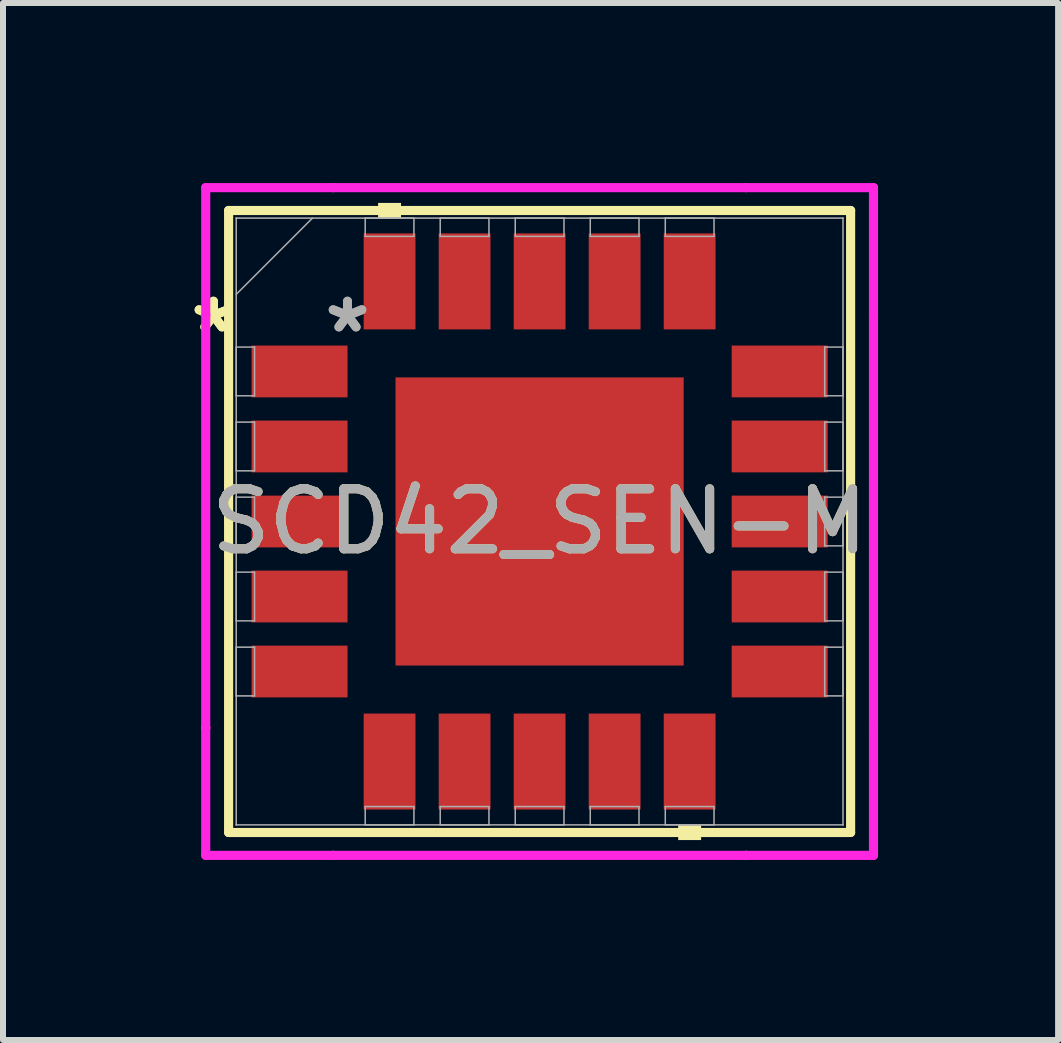
<source format=kicad_pcb>
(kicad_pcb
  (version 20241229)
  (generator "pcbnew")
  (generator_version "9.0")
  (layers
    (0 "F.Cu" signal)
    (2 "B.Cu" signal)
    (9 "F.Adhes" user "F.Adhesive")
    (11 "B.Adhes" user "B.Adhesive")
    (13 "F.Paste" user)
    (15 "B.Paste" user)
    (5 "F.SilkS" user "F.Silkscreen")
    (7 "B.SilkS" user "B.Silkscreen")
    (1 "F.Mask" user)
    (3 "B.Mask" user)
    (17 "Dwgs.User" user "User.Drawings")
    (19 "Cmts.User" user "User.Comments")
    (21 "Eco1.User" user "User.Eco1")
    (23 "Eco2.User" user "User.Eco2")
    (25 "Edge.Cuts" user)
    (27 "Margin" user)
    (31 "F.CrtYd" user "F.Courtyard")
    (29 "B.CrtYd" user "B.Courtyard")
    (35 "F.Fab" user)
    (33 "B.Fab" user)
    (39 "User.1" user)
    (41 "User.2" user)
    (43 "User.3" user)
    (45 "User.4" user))
  (footprint "SCD42_SEN-M"
    (layer "F.Cu")
    (at 5.941 5.639)
    (property "Reference" "SCD42_SEN-M" (at 0 0 0) (unlocked yes) (layer "F.SilkS") (effects (font (size 1 1) (thickness 0.15))))
    (attr smd)
    (fp_line (start -5.182 -5.182) (end -5.182 5.182) (stroke (width 0.152) (type solid)) (layer "F.SilkS"))
    (fp_line (start -5.182 5.182) (end 5.182 5.182) (stroke (width 0.152) (type solid)) (layer "F.SilkS"))
    (fp_line (start 5.182 -5.182) (end -5.182 -5.182) (stroke (width 0.152) (type solid)) (layer "F.SilkS"))
    (fp_line (start 5.182 5.182) (end 5.182 -5.182) (stroke (width 0.152) (type solid)) (layer "F.SilkS"))
    (fp_poly (pts (xy -2.691 -5.054) (xy -2.691 -5.308) (xy -2.309 -5.308) (xy -2.309 -5.054)) (stroke (width 0) (type solid)) (fill yes) (layer "F.SilkS"))
    (fp_poly (pts (xy 2.309 5.054) (xy 2.309 5.308) (xy 2.691 5.308) (xy 2.691 5.054)) (stroke (width 0) (type solid)) (fill yes) (layer "F.SilkS"))
    (fp_poly (pts (xy -2.3 -2.3) (xy -2.3 -0.9) (xy -0.9 -0.9) (xy -0.9 -2.3)) (stroke (width 0) (type solid)) (fill yes) (layer "F.Paste"))
    (fp_poly (pts (xy -2.3 -0.7) (xy -2.3 0.7) (xy -0.9 0.7) (xy -0.9 -0.7)) (stroke (width 0) (type solid)) (fill yes) (layer "F.Paste"))
    (fp_poly (pts (xy -2.3 0.9) (xy -2.3 2.3) (xy -0.9 2.3) (xy -0.9 0.9)) (stroke (width 0) (type solid)) (fill yes) (layer "F.Paste"))
    (fp_poly (pts (xy -0.7 -2.3) (xy -0.7 -0.9) (xy 0.7 -0.9) (xy 0.7 -2.3)) (stroke (width 0) (type solid)) (fill yes) (layer "F.Paste"))
    (fp_poly (pts (xy -0.7 -0.7) (xy -0.7 0.7) (xy 0.7 0.7) (xy 0.7 -0.7)) (stroke (width 0) (type solid)) (fill yes) (layer "F.Paste"))
    (fp_poly (pts (xy -0.7 0.9) (xy -0.7 2.3) (xy 0.7 2.3) (xy 0.7 0.9)) (stroke (width 0) (type solid)) (fill yes) (layer "F.Paste"))
    (fp_poly (pts (xy 0.9 -2.3) (xy 0.9 -0.9) (xy 2.3 -0.9) (xy 2.3 -2.3)) (stroke (width 0) (type solid)) (fill yes) (layer "F.Paste"))
    (fp_poly (pts (xy 0.9 -0.7) (xy 0.9 0.7) (xy 2.3 0.7) (xy 2.3 -0.7)) (stroke (width 0) (type solid)) (fill yes) (layer "F.Paste"))
    (fp_poly (pts (xy 0.9 0.9) (xy 0.9 2.3) (xy 2.3 2.3) (xy 2.3 0.9)) (stroke (width 0) (type solid)) (fill yes) (layer "F.Paste"))
    (fp_line (start -5.563 -5.563) (end -3.439 -5.563) (stroke (width 0.152) (type solid)) (layer "F.CrtYd"))
    (fp_line (start -5.563 -3.439) (end -5.563 -5.563) (stroke (width 0.152) (type solid)) (layer "F.CrtYd"))
    (fp_line (start -5.563 -3.439) (end -5.563 -3.439) (stroke (width 0.152) (type solid)) (layer "F.CrtYd"))
    (fp_line (start -5.563 3.439) (end -5.563 -3.439) (stroke (width 0.152) (type solid)) (layer "F.CrtYd"))
    (fp_line (start -5.563 3.439) (end -5.563 3.439) (stroke (width 0.152) (type solid)) (layer "F.CrtYd"))
    (fp_line (start -5.563 5.563) (end -5.563 3.439) (stroke (width 0.152) (type solid)) (layer "F.CrtYd"))
    (fp_line (start -3.439 -5.563) (end -3.439 -5.563) (stroke (width 0.152) (type solid)) (layer "F.CrtYd"))
    (fp_line (start -3.439 -5.563) (end 3.439 -5.563) (stroke (width 0.152) (type solid)) (layer "F.CrtYd"))
    (fp_line (start -3.439 5.563) (end -5.563 5.563) (stroke (width 0.152) (type solid)) (layer "F.CrtYd"))
    (fp_line (start -3.439 5.563) (end -3.439 5.563) (stroke (width 0.152) (type solid)) (layer "F.CrtYd"))
    (fp_line (start 3.439 -5.563) (end 3.439 -5.563) (stroke (width 0.152) (type solid)) (layer "F.CrtYd"))
    (fp_line (start 3.439 -5.563) (end 5.563 -5.563) (stroke (width 0.152) (type solid)) (layer "F.CrtYd"))
    (fp_line (start 3.439 5.563) (end -3.439 5.563) (stroke (width 0.152) (type solid)) (layer "F.CrtYd"))
    (fp_line (start 3.439 5.563) (end 3.439 5.563) (stroke (width 0.152) (type solid)) (layer "F.CrtYd"))
    (fp_line (start 5.563 -5.563) (end 5.563 -3.439) (stroke (width 0.152) (type solid)) (layer "F.CrtYd"))
    (fp_line (start 5.563 -3.439) (end 5.563 -3.439) (stroke (width 0.152) (type solid)) (layer "F.CrtYd"))
    (fp_line (start 5.563 -3.439) (end 5.563 3.439) (stroke (width 0.152) (type solid)) (layer "F.CrtYd"))
    (fp_line (start 5.563 3.439) (end 5.563 3.439) (stroke (width 0.152) (type solid)) (layer "F.CrtYd"))
    (fp_line (start 5.563 3.439) (end 5.563 5.563) (stroke (width 0.152) (type solid)) (layer "F.CrtYd"))
    (fp_line (start 5.563 5.563) (end 3.439 5.563) (stroke (width 0.152) (type solid)) (layer "F.CrtYd"))
    (fp_line (start -5.055 -5.055) (end -5.055 -5.055) (stroke (width 0.025) (type solid)) (layer "F.Fab"))
    (fp_line (start -5.055 -5.055) (end -5.055 5.055) (stroke (width 0.025) (type solid)) (layer "F.Fab"))
    (fp_line (start -5.055 -3.785) (end -3.785 -5.055) (stroke (width 0.025) (type solid)) (layer "F.Fab"))
    (fp_line (start -5.055 -2.906) (end -4.75 -2.906) (stroke (width 0.025) (type solid)) (layer "F.Fab"))
    (fp_line (start -5.055 -2.094) (end -5.055 -2.906) (stroke (width 0.025) (type solid)) (layer "F.Fab"))
    (fp_line (start -5.055 -1.656) (end -4.75 -1.656) (stroke (width 0.025) (type solid)) (layer "F.Fab"))
    (fp_line (start -5.055 -0.844) (end -5.055 -1.656) (stroke (width 0.025) (type solid)) (layer "F.Fab"))
    (fp_line (start -5.055 -0.406) (end -4.75 -0.406) (stroke (width 0.025) (type solid)) (layer "F.Fab"))
    (fp_line (start -5.055 0.406) (end -5.055 -0.406) (stroke (width 0.025) (type solid)) (layer "F.Fab"))
    (fp_line (start -5.055 0.844) (end -4.75 0.844) (stroke (width 0.025) (type solid)) (layer "F.Fab"))
    (fp_line (start -5.055 1.656) (end -5.055 0.844) (stroke (width 0.025) (type solid)) (layer "F.Fab"))
    (fp_line (start -5.055 2.094) (end -4.75 2.094) (stroke (width 0.025) (type solid)) (layer "F.Fab"))
    (fp_line (start -5.055 2.906) (end -5.055 2.094) (stroke (width 0.025) (type solid)) (layer "F.Fab"))
    (fp_line (start -5.055 5.055) (end -5.055 5.055) (stroke (width 0.025) (type solid)) (layer "F.Fab"))
    (fp_line (start -5.055 5.055) (end 5.055 5.055) (stroke (width 0.025) (type solid)) (layer "F.Fab"))
    (fp_line (start -4.75 -2.906) (end -4.75 -2.094) (stroke (width 0.025) (type solid)) (layer "F.Fab"))
    (fp_line (start -4.75 -2.094) (end -5.055 -2.094) (stroke (width 0.025) (type solid)) (layer "F.Fab"))
    (fp_line (start -4.75 -1.656) (end -4.75 -0.844) (stroke (width 0.025) (type solid)) (layer "F.Fab"))
    (fp_line (start -4.75 -0.844) (end -5.055 -0.844) (stroke (width 0.025) (type solid)) (layer "F.Fab"))
    (fp_line (start -4.75 -0.406) (end -4.75 0.406) (stroke (width 0.025) (type solid)) (layer "F.Fab"))
    (fp_line (start -4.75 0.406) (end -5.055 0.406) (stroke (width 0.025) (type solid)) (layer "F.Fab"))
    (fp_line (start -4.75 0.844) (end -4.75 1.656) (stroke (width 0.025) (type solid)) (layer "F.Fab"))
    (fp_line (start -4.75 1.656) (end -5.055 1.656) (stroke (width 0.025) (type solid)) (layer "F.Fab"))
    (fp_line (start -4.75 2.094) (end -4.75 2.906) (stroke (width 0.025) (type solid)) (layer "F.Fab"))
    (fp_line (start -4.75 2.906) (end -5.055 2.906) (stroke (width 0.025) (type solid)) (layer "F.Fab"))
    (fp_line (start -2.906 -5.055) (end -2.094 -5.055) (stroke (width 0.025) (type solid)) (layer "F.Fab"))
    (fp_line (start -2.906 -4.75) (end -2.906 -5.055) (stroke (width 0.025) (type solid)) (layer "F.Fab"))
    (fp_line (start -2.906 4.75) (end -2.094 4.75) (stroke (width 0.025) (type solid)) (layer "F.Fab"))
    (fp_line (start -2.906 5.055) (end -2.906 4.75) (stroke (width 0.025) (type solid)) (layer "F.Fab"))
    (fp_line (start -2.094 -5.055) (end -2.094 -4.75) (stroke (width 0.025) (type solid)) (layer "F.Fab"))
    (fp_line (start -2.094 -4.75) (end -2.906 -4.75) (stroke (width 0.025) (type solid)) (layer "F.Fab"))
    (fp_line (start -2.094 4.75) (end -2.094 5.055) (stroke (width 0.025) (type solid)) (layer "F.Fab"))
    (fp_line (start -2.094 5.055) (end -2.906 5.055) (stroke (width 0.025) (type solid)) (layer "F.Fab"))
    (fp_line (start -1.656 -5.055) (end -0.844 -5.055) (stroke (width 0.025) (type solid)) (layer "F.Fab"))
    (fp_line (start -1.656 -4.75) (end -1.656 -5.055) (stroke (width 0.025) (type solid)) (layer "F.Fab"))
    (fp_line (start -1.656 4.75) (end -0.844 4.75) (stroke (width 0.025) (type solid)) (layer "F.Fab"))
    (fp_line (start -1.656 5.055) (end -1.656 4.75) (stroke (width 0.025) (type solid)) (layer "F.Fab"))
    (fp_line (start -0.844 -5.055) (end -0.844 -4.75) (stroke (width 0.025) (type solid)) (layer "F.Fab"))
    (fp_line (start -0.844 -4.75) (end -1.656 -4.75) (stroke (width 0.025) (type solid)) (layer "F.Fab"))
    (fp_line (start -0.844 4.75) (end -0.844 5.055) (stroke (width 0.025) (type solid)) (layer "F.Fab"))
    (fp_line (start -0.844 5.055) (end -1.656 5.055) (stroke (width 0.025) (type solid)) (layer "F.Fab"))
    (fp_line (start -0.406 -5.055) (end 0.406 -5.055) (stroke (width 0.025) (type solid)) (layer "F.Fab"))
    (fp_line (start -0.406 -4.75) (end -0.406 -5.055) (stroke (width 0.025) (type solid)) (layer "F.Fab"))
    (fp_line (start -0.406 4.75) (end 0.406 4.75) (stroke (width 0.025) (type solid)) (layer "F.Fab"))
    (fp_line (start -0.406 5.055) (end -0.406 4.75) (stroke (width 0.025) (type solid)) (layer "F.Fab"))
    (fp_line (start 0.406 -5.055) (end 0.406 -4.75) (stroke (width 0.025) (type solid)) (layer "F.Fab"))
    (fp_line (start 0.406 -4.75) (end -0.406 -4.75) (stroke (width 0.025) (type solid)) (layer "F.Fab"))
    (fp_line (start 0.406 4.75) (end 0.406 5.055) (stroke (width 0.025) (type solid)) (layer "F.Fab"))
    (fp_line (start 0.406 5.055) (end -0.406 5.055) (stroke (width 0.025) (type solid)) (layer "F.Fab"))
    (fp_line (start 0.844 -5.055) (end 1.656 -5.055) (stroke (width 0.025) (type solid)) (layer "F.Fab"))
    (fp_line (start 0.844 -4.75) (end 0.844 -5.055) (stroke (width 0.025) (type solid)) (layer "F.Fab"))
    (fp_line (start 0.844 4.75) (end 1.656 4.75) (stroke (width 0.025) (type solid)) (layer "F.Fab"))
    (fp_line (start 0.844 5.055) (end 0.844 4.75) (stroke (width 0.025) (type solid)) (layer "F.Fab"))
    (fp_line (start 1.656 -5.055) (end 1.656 -4.75) (stroke (width 0.025) (type solid)) (layer "F.Fab"))
    (fp_line (start 1.656 -4.75) (end 0.844 -4.75) (stroke (width 0.025) (type solid)) (layer "F.Fab"))
    (fp_line (start 1.656 4.75) (end 1.656 5.055) (stroke (width 0.025) (type solid)) (layer "F.Fab"))
    (fp_line (start 1.656 5.055) (end 0.844 5.055) (stroke (width 0.025) (type solid)) (layer "F.Fab"))
    (fp_line (start 2.094 -5.055) (end 2.906 -5.055) (stroke (width 0.025) (type solid)) (layer "F.Fab"))
    (fp_line (start 2.094 -4.75) (end 2.094 -5.055) (stroke (width 0.025) (type solid)) (layer "F.Fab"))
    (fp_line (start 2.094 4.75) (end 2.906 4.75) (stroke (width 0.025) (type solid)) (layer "F.Fab"))
    (fp_line (start 2.094 5.055) (end 2.094 4.75) (stroke (width 0.025) (type solid)) (layer "F.Fab"))
    (fp_line (start 2.906 -5.055) (end 2.906 -4.75) (stroke (width 0.025) (type solid)) (layer "F.Fab"))
    (fp_line (start 2.906 -4.75) (end 2.094 -4.75) (stroke (width 0.025) (type solid)) (layer "F.Fab"))
    (fp_line (start 2.906 4.75) (end 2.906 5.055) (stroke (width 0.025) (type solid)) (layer "F.Fab"))
    (fp_line (start 2.906 5.055) (end 2.094 5.055) (stroke (width 0.025) (type solid)) (layer "F.Fab"))
    (fp_line (start 4.75 -2.906) (end 5.055 -2.906) (stroke (width 0.025) (type solid)) (layer "F.Fab"))
    (fp_line (start 4.75 -2.094) (end 4.75 -2.906) (stroke (width 0.025) (type solid)) (layer "F.Fab"))
    (fp_line (start 4.75 -1.656) (end 5.055 -1.656) (stroke (width 0.025) (type solid)) (layer "F.Fab"))
    (fp_line (start 4.75 -0.844) (end 4.75 -1.656) (stroke (width 0.025) (type solid)) (layer "F.Fab"))
    (fp_line (start 4.75 -0.406) (end 5.055 -0.406) (stroke (width 0.025) (type solid)) (layer "F.Fab"))
    (fp_line (start 4.75 0.406) (end 4.75 -0.406) (stroke (width 0.025) (type solid)) (layer "F.Fab"))
    (fp_line (start 4.75 0.844) (end 5.055 0.844) (stroke (width 0.025) (type solid)) (layer "F.Fab"))
    (fp_line (start 4.75 1.656) (end 4.75 0.844) (stroke (width 0.025) (type solid)) (layer "F.Fab"))
    (fp_line (start 4.75 2.094) (end 5.055 2.094) (stroke (width 0.025) (type solid)) (layer "F.Fab"))
    (fp_line (start 4.75 2.906) (end 4.75 2.094) (stroke (width 0.025) (type solid)) (layer "F.Fab"))
    (fp_line (start 5.055 -5.055) (end -5.055 -5.055) (stroke (width 0.025) (type solid)) (layer "F.Fab"))
    (fp_line (start 5.055 -5.055) (end 5.055 -5.055) (stroke (width 0.025) (type solid)) (layer "F.Fab"))
    (fp_line (start 5.055 -2.906) (end 5.055 -2.094) (stroke (width 0.025) (type solid)) (layer "F.Fab"))
    (fp_line (start 5.055 -2.094) (end 4.75 -2.094) (stroke (width 0.025) (type solid)) (layer "F.Fab"))
    (fp_line (start 5.055 -1.656) (end 5.055 -0.844) (stroke (width 0.025) (type solid)) (layer "F.Fab"))
    (fp_line (start 5.055 -0.844) (end 4.75 -0.844) (stroke (width 0.025) (type solid)) (layer "F.Fab"))
    (fp_line (start 5.055 -0.406) (end 5.055 0.406) (stroke (width 0.025) (type solid)) (layer "F.Fab"))
    (fp_line (start 5.055 0.406) (end 4.75 0.406) (stroke (width 0.025) (type solid)) (layer "F.Fab"))
    (fp_line (start 5.055 0.844) (end 5.055 1.656) (stroke (width 0.025) (type solid)) (layer "F.Fab"))
    (fp_line (start 5.055 1.656) (end 4.75 1.656) (stroke (width 0.025) (type solid)) (layer "F.Fab"))
    (fp_line (start 5.055 2.094) (end 5.055 2.906) (stroke (width 0.025) (type solid)) (layer "F.Fab"))
    (fp_line (start 5.055 2.906) (end 4.75 2.906) (stroke (width 0.025) (type solid)) (layer "F.Fab"))
    (fp_line (start 5.055 5.055) (end 5.055 -5.055) (stroke (width 0.025) (type solid)) (layer "F.Fab"))
    (fp_line (start 5.055 5.055) (end 5.055 5.055) (stroke (width 0.025) (type solid)) (layer "F.Fab"))
    (fp_text user "*" (at -5.435 -3.125 0) (unlocked yes) (layer "F.SilkS") (effects (font (size 1 1) (thickness 0.15))))
    (fp_text user "*" (at -5.435 -3.125 0) (layer "F.SilkS") (effects (font (size 1 1) (thickness 0.15))))
    (fp_text user "*" (at -3.201 -3.125 0) (layer "F.Fab") (effects (font (size 1 1) (thickness 0.15))))
    (fp_text user "*" (at -3.201 -3.125 0) (unlocked yes) (layer "F.Fab") (effects (font (size 1 1) (thickness 0.15))))
    (fp_text user "${REFERENCE}" (at 0 0 0) (unlocked yes) (layer "F.Fab") (effects (font (size 1 1) (thickness 0.15))))
    (pad "1" smd rect (at -4 -2.5 90) (size 0.863 1.599) (layers "F.Cu" "F.Mask" "F.Paste"))
    (pad "2" smd rect (at -4 -1.25 90) (size 0.863 1.599) (layers "F.Cu" "F.Mask" "F.Paste"))
    (pad "3" smd rect (at -4 0 90) (size 0.863 1.599) (layers "F.Cu" "F.Mask" "F.Paste"))
    (pad "4" smd rect (at -4 1.25 90) (size 0.863 1.599) (layers "F.Cu" "F.Mask" "F.Paste"))
    (pad "5" smd rect (at -4 2.5 90) (size 0.863 1.599) (layers "F.Cu" "F.Mask" "F.Paste"))
    (pad "6" smd rect (at -2.5 4) (size 0.863 1.599) (layers "F.Cu" "F.Mask" "F.Paste"))
    (pad "7" smd rect (at -1.25 4) (size 0.863 1.599) (layers "F.Cu" "F.Mask" "F.Paste"))
    (pad "8" smd rect (at 0 4) (size 0.863 1.599) (layers "F.Cu" "F.Mask" "F.Paste"))
    (pad "9" smd rect (at 1.25 4) (size 0.863 1.599) (layers "F.Cu" "F.Mask" "F.Paste"))
    (pad "10" smd rect (at 2.5 4) (size 0.863 1.599) (layers "F.Cu" "F.Mask" "F.Paste"))
    (pad "11" smd rect (at 4 2.5 90) (size 0.863 1.599) (layers "F.Cu" "F.Mask" "F.Paste"))
    (pad "12" smd rect (at 4 1.25 90) (size 0.863 1.599) (layers "F.Cu" "F.Mask" "F.Paste"))
    (pad "13" smd rect (at 4 0 90) (size 0.863 1.599) (layers "F.Cu" "F.Mask" "F.Paste"))
    (pad "14" smd rect (at 4 -1.25 90) (size 0.863 1.599) (layers "F.Cu" "F.Mask" "F.Paste"))
    (pad "15" smd rect (at 4 -2.5 90) (size 0.863 1.599) (layers "F.Cu" "F.Mask" "F.Paste"))
    (pad "16" smd rect (at 2.5 -4) (size 0.863 1.599) (layers "F.Cu" "F.Mask" "F.Paste"))
    (pad "17" smd rect (at 1.25 -4) (size 0.863 1.599) (layers "F.Cu" "F.Mask" "F.Paste"))
    (pad "18" smd rect (at 0 -4) (size 0.863 1.599) (layers "F.Cu" "F.Mask" "F.Paste"))
    (pad "19" smd rect (at -1.25 -4) (size 0.863 1.599) (layers "F.Cu" "F.Mask" "F.Paste"))
    (pad "20" smd rect (at -2.5 -4) (size 0.863 1.599) (layers "F.Cu" "F.Mask" "F.Paste"))
    (pad "21" smd rect (at 0 0) (size 4.801 4.801) (layers "F.Cu" "F.Mask" "F.Paste")))
  (gr_rect
    (start -3 -3)
    (end 14.58 14.278)
    (stroke (width 0.1) (type default))
    (fill no)
    (layer "Edge.Cuts")))
</source>
